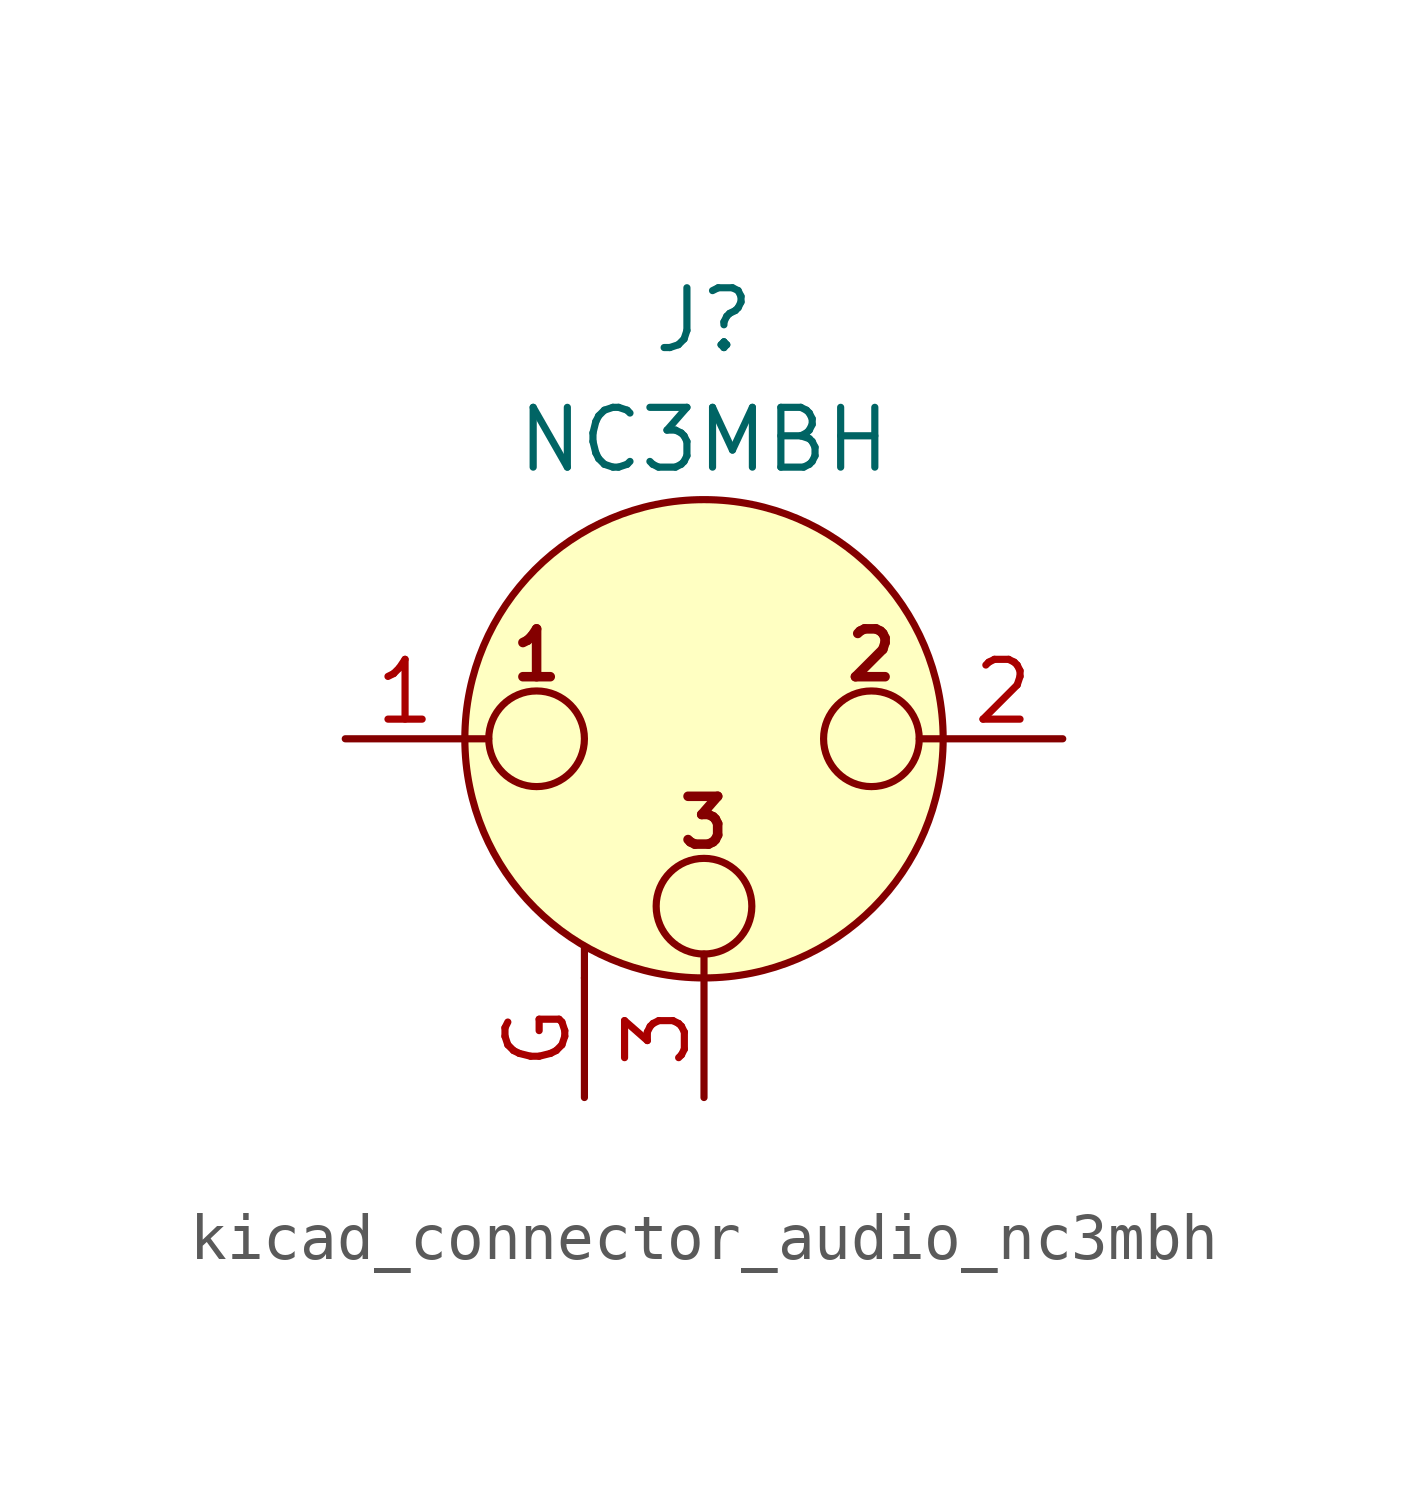
<source format=kicad_sym>
(kicad_symbol_lib
  (version 20220914)
  (generator kicad_symbol_editor)
  (symbol "kicad_connector_audio_nc3mbh"
    (pin_names hide)
    (property "Reference" "J"
      (at 0 8.89 0)
      (effects (font (size 1.27 1.27))))
    (property "Value" "NC3MBH"
      (at 0 6.35 0)
      (effects (font (size 1.27 1.27))))
    (symbol "kicad_connector_audio_nc3mbh_0_1"
      (circle (center -3.556 0) (radius 1.016) (stroke (width 0) (type default)) (fill (type none)))
      (circle (center 0 -3.556) (radius 1.016) (stroke (width 0) (type default)) (fill (type none)))
      (polyline (pts (xy -5.08 0) (xy -4.572 0)) (stroke (width 0) (type default)) (fill (type none)))
      (polyline (pts (xy -2.54 -5.08) (xy -2.54 -4.445)) (stroke (width 0) (type default)) (fill (type none)))
      (polyline (pts (xy 0 -5.08) (xy 0 -4.572)) (stroke (width 0) (type default)) (fill (type none)))
      (polyline (pts (xy 5.08 0) (xy 4.572 0)) (stroke (width 0) (type default)) (fill (type none)))
      (circle (center 0 0) (radius 5.08) (stroke (width 0) (type default)) (fill (type background)))
      (circle (center 3.556 0) (radius 1.016) (stroke (width 0) (type default)) (fill (type none)))
      (text "1" (at -3.556 1.778 0) (effects (font (size 1.016 1.016) bold)))
      (text "2" (at 3.556 1.778 0) (effects (font (size 1.016 1.016) bold)))
      (text "3" (at 0 -1.778 0) (effects (font (size 1.016 1.016) bold)))
      (pin passive line (at -7.62 0 0) (length 2.54) (name "~" (effects (font (size 1.27 1.27)))) (number "1" (effects (font (size 1.27 1.27)))))
      (pin passive line (at 7.62 0 180) (length 2.54) (name "~" (effects (font (size 1.27 1.27)))) (number "2" (effects (font (size 1.27 1.27)))))
      (pin passive line (at 0 -7.62 90) (length 2.54) (name "~" (effects (font (size 1.27 1.27)))) (number "3" (effects (font (size 1.27 1.27))))))
    (symbol "kicad_connector_audio_nc3mbh_1_1"
      (pin passive line (at -2.54 -7.62 90) (length 2.54) (name "~" (effects (font (size 1.27 1.27)))) (number "G" (effects (font (size 1.27 1.27))))))))
</source>
